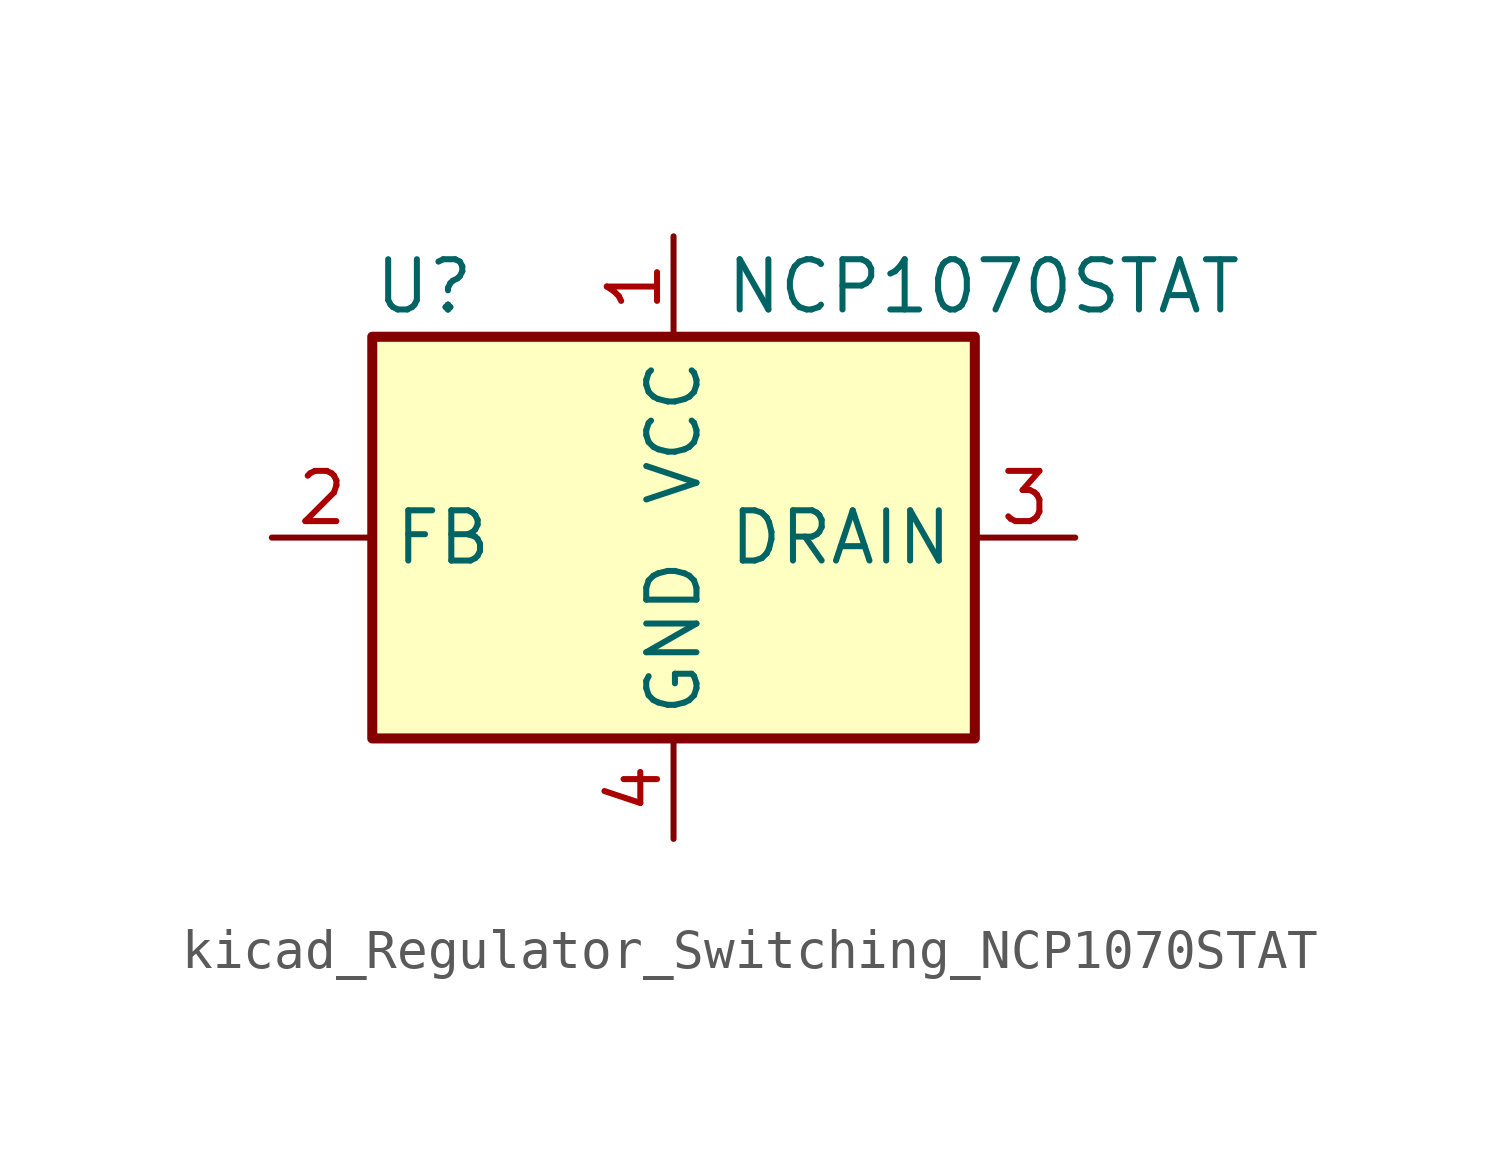
<source format=kicad_sym>
(kicad_symbol_lib
  (version 20220914)
  (generator kicad_symbol_editor)
  (symbol "kicad_Regulator_Switching_NCP1070STAT"
    (property "Reference" "U"
      (at -7.62 6.35 0)
      (effects (font (size 1.27 1.27)) (justify left)))
    (property "Value" "NCP1070STAT"
      (at 1.27 6.35 0)
      (effects (font (size 1.27 1.27)) (justify left)))
    (symbol "kicad_Regulator_Switching_NCP1070STAT_0_1"
      (rectangle (start -7.62 5.08) (end 7.62 -5.08) (stroke (width 0.254) (type default)) (fill (type background))))
    (symbol "kicad_Regulator_Switching_NCP1070STAT_1_1"
      (pin power_in line (at 0 7.62 270) (length 2.54) (name "VCC" (effects (font (size 1.27 1.27)))) (number "1" (effects (font (size 1.27 1.27)))))
      (pin input line (at -10.16 0 0) (length 2.54) (name "FB" (effects (font (size 1.27 1.27)))) (number "2" (effects (font (size 1.27 1.27)))))
      (pin open_collector line (at 10.16 0 180) (length 2.54) (name "DRAIN" (effects (font (size 1.27 1.27)))) (number "3" (effects (font (size 1.27 1.27)))))
      (pin power_in line (at 0 -7.62 90) (length 2.54) (name "GND" (effects (font (size 1.27 1.27)))) (number "4" (effects (font (size 1.27 1.27))))))))
</source>
